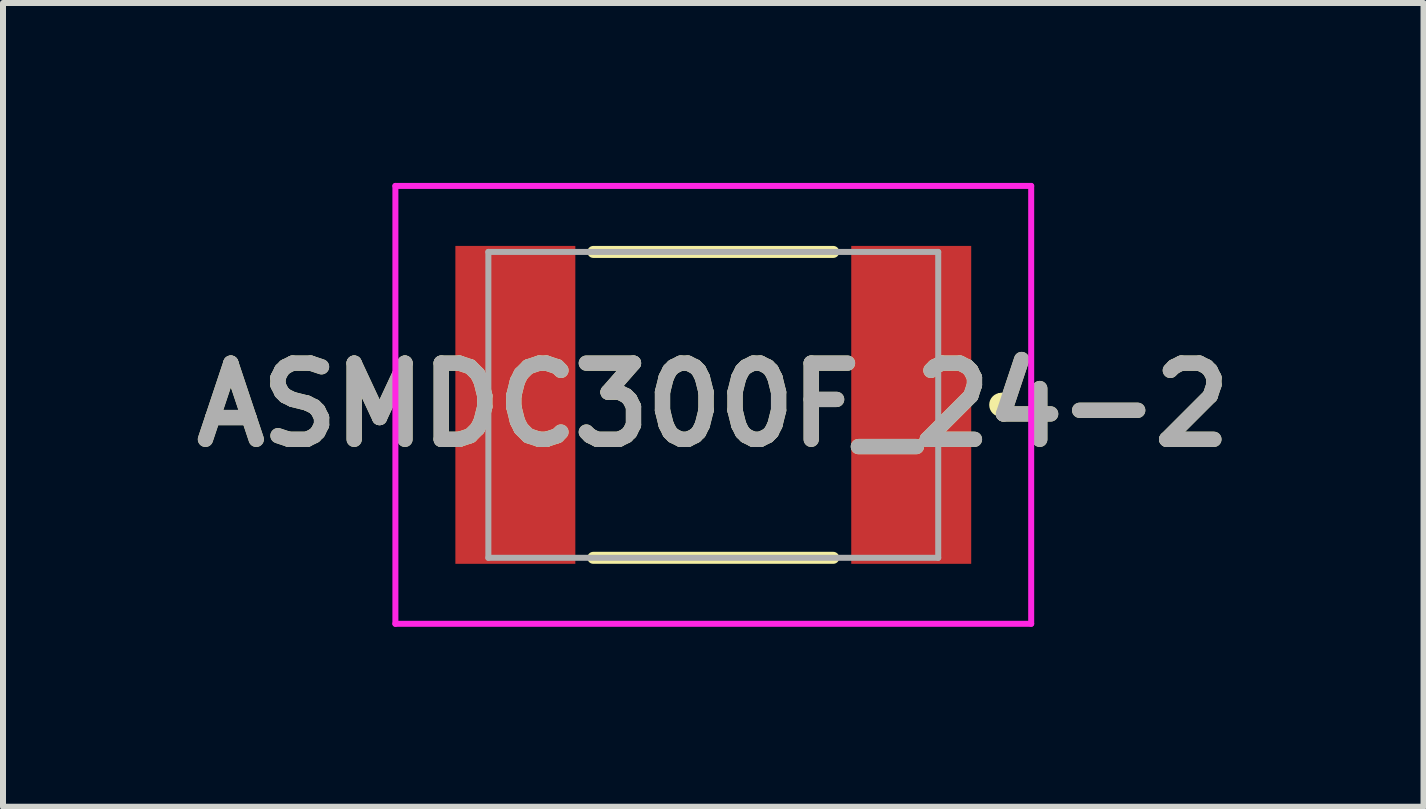
<source format=kicad_pcb>
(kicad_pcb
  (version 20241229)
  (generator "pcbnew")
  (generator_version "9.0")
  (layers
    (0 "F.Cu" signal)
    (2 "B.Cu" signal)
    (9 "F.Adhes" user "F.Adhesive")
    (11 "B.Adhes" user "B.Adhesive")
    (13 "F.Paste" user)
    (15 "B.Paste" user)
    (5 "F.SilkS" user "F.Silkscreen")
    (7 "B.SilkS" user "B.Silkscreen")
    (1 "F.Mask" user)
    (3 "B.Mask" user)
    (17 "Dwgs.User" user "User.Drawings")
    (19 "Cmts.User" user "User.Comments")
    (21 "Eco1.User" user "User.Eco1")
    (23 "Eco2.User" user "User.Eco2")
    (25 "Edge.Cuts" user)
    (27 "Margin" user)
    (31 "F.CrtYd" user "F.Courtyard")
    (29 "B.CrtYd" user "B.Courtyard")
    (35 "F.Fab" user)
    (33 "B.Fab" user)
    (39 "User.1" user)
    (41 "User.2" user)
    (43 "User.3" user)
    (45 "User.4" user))
  (footprint "ASMDC300F_24-2"
    (layer "F.Cu")
    (at 8.842 3.7)
    (property "Reference" "ASMDC300F_24-2" (at 0 0 0) (layer "F.SilkS") (effects (font (size 1.27 1.27) (thickness 0.254))))
    (attr smd)
    (fp_line (start 2 -2.55) (end -2 -2.55) (stroke (width 0.2) (type solid)) (layer "F.SilkS"))
    (fp_line (start 2 2.55) (end -2 2.55) (stroke (width 0.2) (type solid)) (layer "F.SilkS"))
    (fp_line (start 4.8 -0.1) (end 4.8 -0.1) (stroke (width 0.2) (type solid)) (layer "F.SilkS"))
    (fp_line (start 4.8 0.1) (end 4.8 0.1) (stroke (width 0.2) (type solid)) (layer "F.SilkS"))
    (fp_arc (start 4.8 -0.1) (mid 4.9 0) (end 4.8 0.1) (stroke (width 0.2) (type solid)) (layer "F.SilkS"))
    (fp_arc (start 4.8 0.1) (mid 4.7 0) (end 4.8 -0.1) (stroke (width 0.2) (type solid)) (layer "F.SilkS"))
    (fp_line (start -5.3 -3.65) (end -5.3 3.65) (stroke (width 0.1) (type solid)) (layer "F.CrtYd"))
    (fp_line (start -5.3 3.65) (end 5.3 3.65) (stroke (width 0.1) (type solid)) (layer "F.CrtYd"))
    (fp_line (start 5.3 -3.65) (end -5.3 -3.65) (stroke (width 0.1) (type solid)) (layer "F.CrtYd"))
    (fp_line (start 5.3 3.65) (end 5.3 -3.65) (stroke (width 0.1) (type solid)) (layer "F.CrtYd"))
    (fp_line (start -3.75 -2.55) (end -3.75 2.55) (stroke (width 0.1) (type solid)) (layer "F.Fab"))
    (fp_line (start -3.75 2.55) (end 3.75 2.55) (stroke (width 0.1) (type solid)) (layer "F.Fab"))
    (fp_line (start 3.75 -2.55) (end -3.75 -2.55) (stroke (width 0.1) (type solid)) (layer "F.Fab"))
    (fp_line (start 3.75 2.55) (end 3.75 -2.55) (stroke (width 0.1) (type solid)) (layer "F.Fab"))
    (fp_text user "${REFERENCE}" (at 0 0 0) (layer "F.Fab") (effects (font (size 1.27 1.27) (thickness 0.254))))
    (pad "1" smd rect (at 3.3 0) (size 2 5.3) (layers "F.Cu" "F.Mask" "F.Paste"))
    (pad "2" smd rect (at -3.3 0) (size 2 5.3) (layers "F.Cu" "F.Mask" "F.Paste")))
  (gr_rect
    (start -3 -3)
    (end 20.683 10.4)
    (stroke (width 0.1) (type default))
    (fill no)
    (layer "Edge.Cuts")))
</source>
